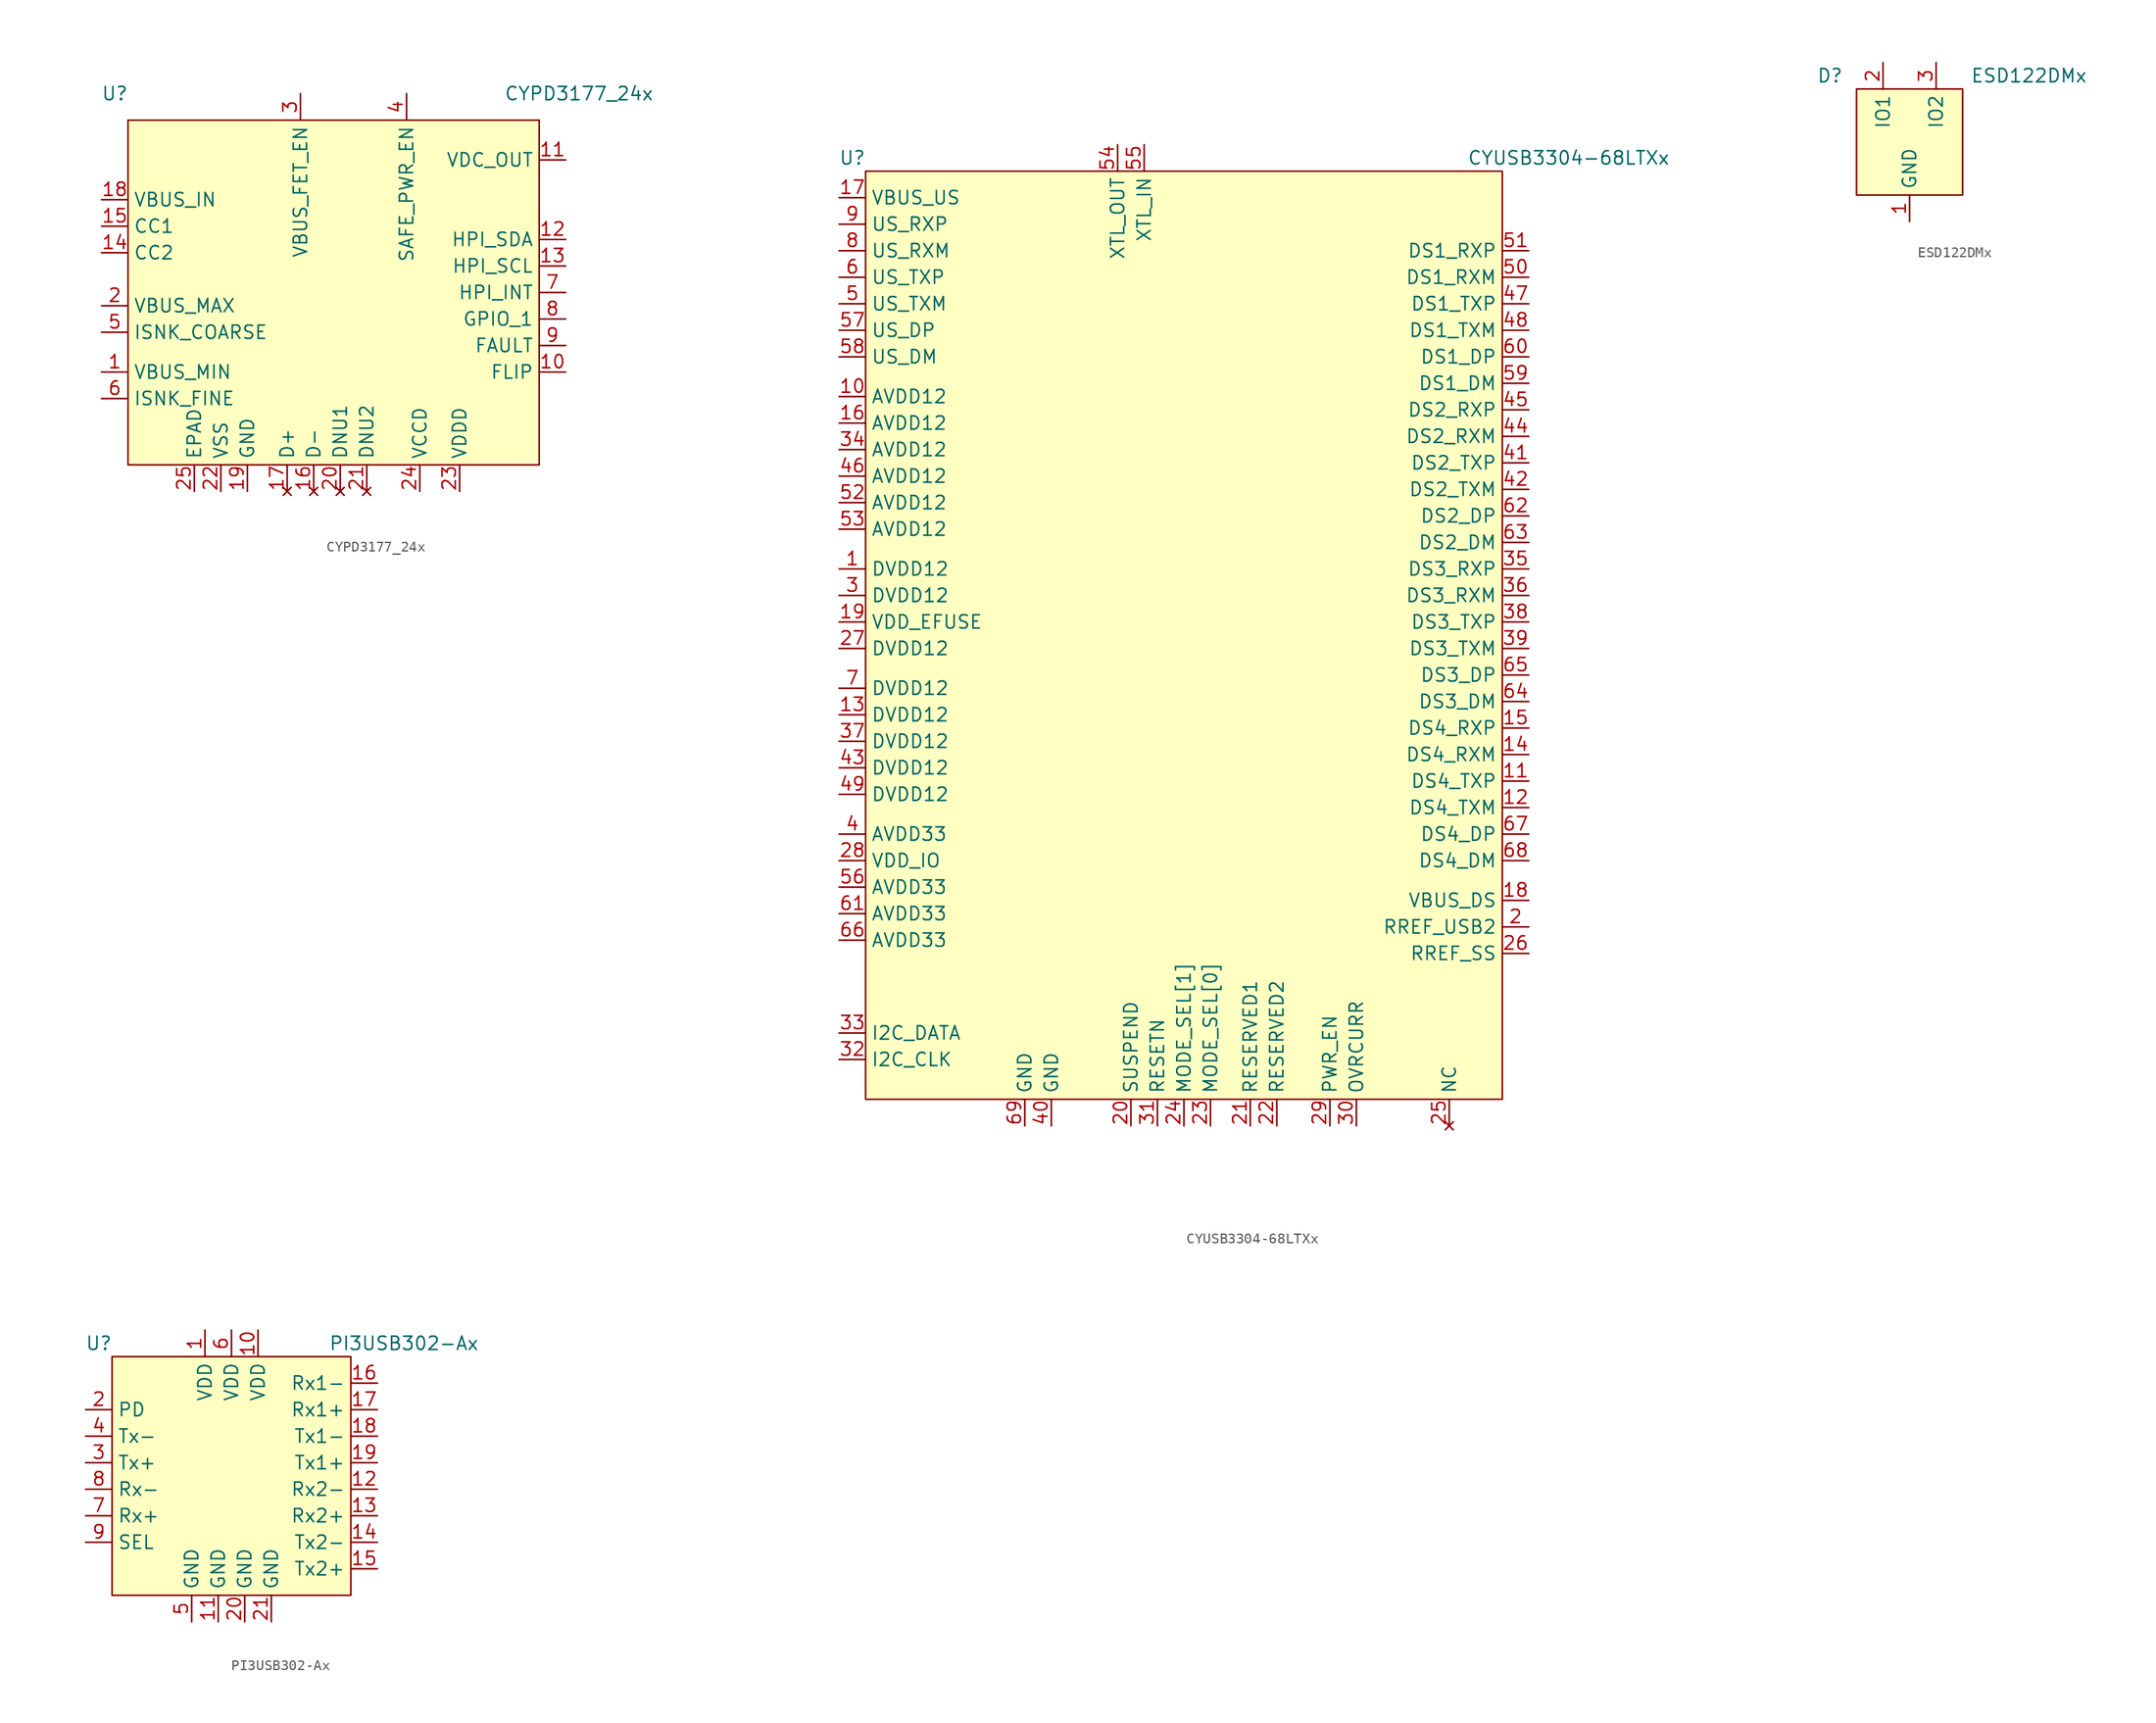
<source format=kicad_sym>
(kicad_symbol_lib
  (version 20220914)
  (generator kicad_symbol_editor)
  (symbol "CYPD3177_24x"
    (property "Reference" "U"
      (at -24.13 15.24 0)
      (effects (font (size 1.27 1.27))))
    (property "Value" "CYPD3177_24x"
      (at 20.32 15.24 0)
      (effects (font (size 1.27 1.27))))
    (symbol "CYPD3177_24x_1_1"
      (rectangle (start -22.86 12.7) (end 16.51 -20.32) (stroke (width 0) (type default)) (fill (type background)))
      (pin input line (at -25.4 -11.43 0) (length 2.54) (name "VBUS_MIN" (effects (font (size 1.27 1.27)))) (number "1" (effects (font (size 1.27 1.27)))))
      (pin bidirectional line (at 19.05 -11.43 180) (length 2.54) (name "FLIP" (effects (font (size 1.27 1.27)))) (number "10" (effects (font (size 1.27 1.27)))))
      (pin power_out line (at 19.05 8.89 180) (length 2.54) (name "VDC_OUT" (effects (font (size 1.27 1.27)))) (number "11" (effects (font (size 1.27 1.27)))))
      (pin bidirectional line (at 19.05 1.27 180) (length 2.54) (name "HPI_SDA" (effects (font (size 1.27 1.27)))) (number "12" (effects (font (size 1.27 1.27)))))
      (pin input line (at 19.05 -1.27 180) (length 2.54) (name "HPI_SCL" (effects (font (size 1.27 1.27)))) (number "13" (effects (font (size 1.27 1.27)))))
      (pin bidirectional line (at -25.4 0 0) (length 2.54) (name "CC2" (effects (font (size 1.27 1.27)))) (number "14" (effects (font (size 1.27 1.27)))))
      (pin bidirectional line (at -25.4 2.54 0) (length 2.54) (name "CC1" (effects (font (size 1.27 1.27)))) (number "15" (effects (font (size 1.27 1.27)))))
      (pin no_connect line (at -5.08 -22.86 90) (length 2.54) (name "D-" (effects (font (size 1.27 1.27)))) (number "16" (effects (font (size 1.27 1.27)))))
      (pin no_connect line (at -7.62 -22.86 90) (length 2.54) (name "D+" (effects (font (size 1.27 1.27)))) (number "17" (effects (font (size 1.27 1.27)))))
      (pin power_in line (at -25.4 5.08 0) (length 2.54) (name "VBUS_IN" (effects (font (size 1.27 1.27)))) (number "18" (effects (font (size 1.27 1.27)))))
      (pin power_in line (at -11.43 -22.86 90) (length 2.54) (name "GND" (effects (font (size 1.27 1.27)))) (number "19" (effects (font (size 1.27 1.27)))))
      (pin input line (at -25.4 -5.08 0) (length 2.54) (name "VBUS_MAX" (effects (font (size 1.27 1.27)))) (number "2" (effects (font (size 1.27 1.27)))))
      (pin no_connect line (at -2.54 -22.86 90) (length 2.54) (name "DNU1" (effects (font (size 1.27 1.27)))) (number "20" (effects (font (size 1.27 1.27)))))
      (pin no_connect line (at 0 -22.86 90) (length 2.54) (name "DNU2" (effects (font (size 1.27 1.27)))) (number "21" (effects (font (size 1.27 1.27)))))
      (pin power_in line (at -13.97 -22.86 90) (length 2.54) (name "VSS" (effects (font (size 1.27 1.27)))) (number "22" (effects (font (size 1.27 1.27)))))
      (pin power_out line (at 8.89 -22.86 90) (length 2.54) (name "VDDD" (effects (font (size 1.27 1.27)))) (number "23" (effects (font (size 1.27 1.27)))))
      (pin power_out line (at 5.08 -22.86 90) (length 2.54) (name "VCCD" (effects (font (size 1.27 1.27)))) (number "24" (effects (font (size 1.27 1.27)))))
      (pin power_in line (at -16.51 -22.86 90) (length 2.54) (name "EPAD" (effects (font (size 1.27 1.27)))) (number "25" (effects (font (size 1.27 1.27)))))
      (pin output line (at -6.35 15.24 270) (length 2.54) (name "VBUS_FET_EN" (effects (font (size 1.27 1.27)))) (number "3" (effects (font (size 1.27 1.27)))))
      (pin output line (at 3.81 15.24 270) (length 2.54) (name "SAFE_PWR_EN" (effects (font (size 1.27 1.27)))) (number "4" (effects (font (size 1.27 1.27)))))
      (pin input line (at -25.4 -7.62 0) (length 2.54) (name "ISNK_COARSE" (effects (font (size 1.27 1.27)))) (number "5" (effects (font (size 1.27 1.27)))))
      (pin input line (at -25.4 -13.97 0) (length 2.54) (name "ISNK_FINE" (effects (font (size 1.27 1.27)))) (number "6" (effects (font (size 1.27 1.27)))))
      (pin input line (at 19.05 -3.81 180) (length 2.54) (name "HPI_INT" (effects (font (size 1.27 1.27)))) (number "7" (effects (font (size 1.27 1.27)))))
      (pin bidirectional line (at 19.05 -6.35 180) (length 2.54) (name "GPIO_1" (effects (font (size 1.27 1.27)))) (number "8" (effects (font (size 1.27 1.27)))))
      (pin output line (at 19.05 -8.89 180) (length 2.54) (name "FAULT" (effects (font (size 1.27 1.27)))) (number "9" (effects (font (size 1.27 1.27)))))))
  (symbol "CYUSB3304-68LTXx"
    (property "Reference" "U"
      (at -31.75 45.72 0)
      (effects (font (size 1.27 1.27))))
    (property "Value" "CYUSB3304-68LTXx"
      (at 36.83 45.72 0)
      (effects (font (size 1.27 1.27))))
    (symbol "CYUSB3304-68LTXx_1_1"
      (rectangle (start -30.48 44.45) (end 30.48 -44.45) (stroke (width 0) (type default)) (fill (type background)))
      (pin power_in line (at -33.02 6.35 0) (length 2.54) (name "DVDD12" (effects (font (size 1.27 1.27)))) (number "1" (effects (font (size 1.27 1.27)))))
      (pin power_in line (at -33.02 22.86 0) (length 2.54) (name "AVDD12" (effects (font (size 1.27 1.27)))) (number "10" (effects (font (size 1.27 1.27)))))
      (pin output line (at 33.02 -13.97 180) (length 2.54) (name "DS4_TXP" (effects (font (size 1.27 1.27)))) (number "11" (effects (font (size 1.27 1.27)))))
      (pin output line (at 33.02 -16.51 180) (length 2.54) (name "DS4_TXM" (effects (font (size 1.27 1.27)))) (number "12" (effects (font (size 1.27 1.27)))))
      (pin power_in line (at -33.02 -7.62 0) (length 2.54) (name "DVDD12" (effects (font (size 1.27 1.27)))) (number "13" (effects (font (size 1.27 1.27)))))
      (pin input line (at 33.02 -11.43 180) (length 2.54) (name "DS4_RXM" (effects (font (size 1.27 1.27)))) (number "14" (effects (font (size 1.27 1.27)))))
      (pin input line (at 33.02 -8.89 180) (length 2.54) (name "DS4_RXP" (effects (font (size 1.27 1.27)))) (number "15" (effects (font (size 1.27 1.27)))))
      (pin power_in line (at -33.02 20.32 0) (length 2.54) (name "AVDD12" (effects (font (size 1.27 1.27)))) (number "16" (effects (font (size 1.27 1.27)))))
      (pin power_in line (at -33.02 41.91 0) (length 2.54) (name "VBUS_US" (effects (font (size 1.27 1.27)))) (number "17" (effects (font (size 1.27 1.27)))))
      (pin power_in line (at 33.02 -25.4 180) (length 2.54) (name "VBUS_DS" (effects (font (size 1.27 1.27)))) (number "18" (effects (font (size 1.27 1.27)))))
      (pin power_in line (at -33.02 1.27 0) (length 2.54) (name "VDD_EFUSE" (effects (font (size 1.27 1.27)))) (number "19" (effects (font (size 1.27 1.27)))))
      (pin power_out line (at 33.02 -27.94 180) (length 2.54) (name "RREF_USB2" (effects (font (size 1.27 1.27)))) (number "2" (effects (font (size 1.27 1.27)))))
      (pin bidirectional line (at -5.08 -46.99 90) (length 2.54) (name "SUSPEND" (effects (font (size 1.27 1.27)))) (number "20" (effects (font (size 1.27 1.27)))))
      (pin bidirectional line (at 6.35 -46.99 90) (length 2.54) (name "RESERVED1" (effects (font (size 1.27 1.27)))) (number "21" (effects (font (size 1.27 1.27)))))
      (pin input line (at 8.89 -46.99 90) (length 2.54) (name "RESERVED2" (effects (font (size 1.27 1.27)))) (number "22" (effects (font (size 1.27 1.27)))))
      (pin input line (at 2.54 -46.99 90) (length 2.54) (name "MODE_SEL[0]" (effects (font (size 1.27 1.27)))) (number "23" (effects (font (size 1.27 1.27)))))
      (pin input line (at 0 -46.99 90) (length 2.54) (name "MODE_SEL[1]" (effects (font (size 1.27 1.27)))) (number "24" (effects (font (size 1.27 1.27)))))
      (pin no_connect line (at 25.4 -46.99 90) (length 2.54) (name "NC" (effects (font (size 1.27 1.27)))) (number "25" (effects (font (size 1.27 1.27)))))
      (pin passive line (at 33.02 -30.48 180) (length 2.54) (name "RREF_SS" (effects (font (size 1.27 1.27)))) (number "26" (effects (font (size 1.27 1.27)))))
      (pin power_in line (at -33.02 -1.27 0) (length 2.54) (name "DVDD12" (effects (font (size 1.27 1.27)))) (number "27" (effects (font (size 1.27 1.27)))))
      (pin power_in line (at -33.02 -21.59 0) (length 2.54) (name "VDD_IO" (effects (font (size 1.27 1.27)))) (number "28" (effects (font (size 1.27 1.27)))))
      (pin bidirectional line (at 13.97 -46.99 90) (length 2.54) (name "PWR_EN" (effects (font (size 1.27 1.27)))) (number "29" (effects (font (size 1.27 1.27)))))
      (pin power_in line (at -33.02 3.81 0) (length 2.54) (name "DVDD12" (effects (font (size 1.27 1.27)))) (number "3" (effects (font (size 1.27 1.27)))))
      (pin passive line (at 16.51 -46.99 90) (length 2.54) (name "OVRCURR" (effects (font (size 1.27 1.27)))) (number "30" (effects (font (size 1.27 1.27)))))
      (pin input line (at -2.54 -46.99 90) (length 2.54) (name "RESETN" (effects (font (size 1.27 1.27)))) (number "31" (effects (font (size 1.27 1.27)))))
      (pin bidirectional line (at -33.02 -40.64 0) (length 2.54) (name "I2C_CLK" (effects (font (size 1.27 1.27)))) (number "32" (effects (font (size 1.27 1.27)))))
      (pin bidirectional line (at -33.02 -38.1 0) (length 2.54) (name "I2C_DATA" (effects (font (size 1.27 1.27)))) (number "33" (effects (font (size 1.27 1.27)))))
      (pin power_in line (at -33.02 17.78 0) (length 2.54) (name "AVDD12" (effects (font (size 1.27 1.27)))) (number "34" (effects (font (size 1.27 1.27)))))
      (pin input line (at 33.02 6.35 180) (length 2.54) (name "DS3_RXP" (effects (font (size 1.27 1.27)))) (number "35" (effects (font (size 1.27 1.27)))))
      (pin input line (at 33.02 3.81 180) (length 2.54) (name "DS3_RXM" (effects (font (size 1.27 1.27)))) (number "36" (effects (font (size 1.27 1.27)))))
      (pin power_in line (at -33.02 -10.16 0) (length 2.54) (name "DVDD12" (effects (font (size 1.27 1.27)))) (number "37" (effects (font (size 1.27 1.27)))))
      (pin output line (at 33.02 1.27 180) (length 2.54) (name "DS3_TXP" (effects (font (size 1.27 1.27)))) (number "38" (effects (font (size 1.27 1.27)))))
      (pin output line (at 33.02 -1.27 180) (length 2.54) (name "DS3_TXM" (effects (font (size 1.27 1.27)))) (number "39" (effects (font (size 1.27 1.27)))))
      (pin power_in line (at -33.02 -19.05 0) (length 2.54) (name "AVDD33" (effects (font (size 1.27 1.27)))) (number "4" (effects (font (size 1.27 1.27)))))
      (pin power_in line (at -12.7 -46.99 90) (length 2.54) (name "GND" (effects (font (size 1.27 1.27)))) (number "40" (effects (font (size 1.27 1.27)))))
      (pin output line (at 33.02 16.51 180) (length 2.54) (name "DS2_TXP" (effects (font (size 1.27 1.27)))) (number "41" (effects (font (size 1.27 1.27)))))
      (pin output line (at 33.02 13.97 180) (length 2.54) (name "DS2_TXM" (effects (font (size 1.27 1.27)))) (number "42" (effects (font (size 1.27 1.27)))))
      (pin power_in line (at -33.02 -12.7 0) (length 2.54) (name "DVDD12" (effects (font (size 1.27 1.27)))) (number "43" (effects (font (size 1.27 1.27)))))
      (pin input line (at 33.02 19.05 180) (length 2.54) (name "DS2_RXM" (effects (font (size 1.27 1.27)))) (number "44" (effects (font (size 1.27 1.27)))))
      (pin input line (at 33.02 21.59 180) (length 2.54) (name "DS2_RXP" (effects (font (size 1.27 1.27)))) (number "45" (effects (font (size 1.27 1.27)))))
      (pin power_in line (at -33.02 15.24 0) (length 2.54) (name "AVDD12" (effects (font (size 1.27 1.27)))) (number "46" (effects (font (size 1.27 1.27)))))
      (pin output line (at 33.02 31.75 180) (length 2.54) (name "DS1_TXP" (effects (font (size 1.27 1.27)))) (number "47" (effects (font (size 1.27 1.27)))))
      (pin output line (at 33.02 29.21 180) (length 2.54) (name "DS1_TXM" (effects (font (size 1.27 1.27)))) (number "48" (effects (font (size 1.27 1.27)))))
      (pin power_in line (at -33.02 -15.24 0) (length 2.54) (name "DVDD12" (effects (font (size 1.27 1.27)))) (number "49" (effects (font (size 1.27 1.27)))))
      (pin output line (at -33.02 31.75 0) (length 2.54) (name "US_TXM" (effects (font (size 1.27 1.27)))) (number "5" (effects (font (size 1.27 1.27)))))
      (pin input line (at 33.02 34.29 180) (length 2.54) (name "DS1_RXM" (effects (font (size 1.27 1.27)))) (number "50" (effects (font (size 1.27 1.27)))))
      (pin input line (at 33.02 36.83 180) (length 2.54) (name "DS1_RXP" (effects (font (size 1.27 1.27)))) (number "51" (effects (font (size 1.27 1.27)))))
      (pin power_in line (at -33.02 12.7 0) (length 2.54) (name "AVDD12" (effects (font (size 1.27 1.27)))) (number "52" (effects (font (size 1.27 1.27)))))
      (pin power_in line (at -33.02 10.16 0) (length 2.54) (name "AVDD12" (effects (font (size 1.27 1.27)))) (number "53" (effects (font (size 1.27 1.27)))))
      (pin output line (at -6.35 46.99 270) (length 2.54) (name "XTL_OUT" (effects (font (size 1.27 1.27)))) (number "54" (effects (font (size 1.27 1.27)))))
      (pin input line (at -3.81 46.99 270) (length 2.54) (name "XTL_IN" (effects (font (size 1.27 1.27)))) (number "55" (effects (font (size 1.27 1.27)))))
      (pin power_in line (at -33.02 -24.13 0) (length 2.54) (name "AVDD33" (effects (font (size 1.27 1.27)))) (number "56" (effects (font (size 1.27 1.27)))))
      (pin bidirectional line (at -33.02 29.21 0) (length 2.54) (name "US_DP" (effects (font (size 1.27 1.27)))) (number "57" (effects (font (size 1.27 1.27)))))
      (pin bidirectional line (at -33.02 26.67 0) (length 2.54) (name "US_DM" (effects (font (size 1.27 1.27)))) (number "58" (effects (font (size 1.27 1.27)))))
      (pin bidirectional line (at 33.02 24.13 180) (length 2.54) (name "DS1_DM" (effects (font (size 1.27 1.27)))) (number "59" (effects (font (size 1.27 1.27)))))
      (pin output line (at -33.02 34.29 0) (length 2.54) (name "US_TXP" (effects (font (size 1.27 1.27)))) (number "6" (effects (font (size 1.27 1.27)))))
      (pin bidirectional line (at 33.02 26.67 180) (length 2.54) (name "DS1_DP" (effects (font (size 1.27 1.27)))) (number "60" (effects (font (size 1.27 1.27)))))
      (pin power_in line (at -33.02 -26.67 0) (length 2.54) (name "AVDD33" (effects (font (size 1.27 1.27)))) (number "61" (effects (font (size 1.27 1.27)))))
      (pin bidirectional line (at 33.02 11.43 180) (length 2.54) (name "DS2_DP" (effects (font (size 1.27 1.27)))) (number "62" (effects (font (size 1.27 1.27)))))
      (pin bidirectional line (at 33.02 8.89 180) (length 2.54) (name "DS2_DM" (effects (font (size 1.27 1.27)))) (number "63" (effects (font (size 1.27 1.27)))))
      (pin bidirectional line (at 33.02 -6.35 180) (length 2.54) (name "DS3_DM" (effects (font (size 1.27 1.27)))) (number "64" (effects (font (size 1.27 1.27)))))
      (pin bidirectional line (at 33.02 -3.81 180) (length 2.54) (name "DS3_DP" (effects (font (size 1.27 1.27)))) (number "65" (effects (font (size 1.27 1.27)))))
      (pin power_in line (at -33.02 -29.21 0) (length 2.54) (name "AVDD33" (effects (font (size 1.27 1.27)))) (number "66" (effects (font (size 1.27 1.27)))))
      (pin bidirectional line (at 33.02 -19.05 180) (length 2.54) (name "DS4_DP" (effects (font (size 1.27 1.27)))) (number "67" (effects (font (size 1.27 1.27)))))
      (pin bidirectional line (at 33.02 -21.59 180) (length 2.54) (name "DS4_DM" (effects (font (size 1.27 1.27)))) (number "68" (effects (font (size 1.27 1.27)))))
      (pin power_in line (at -15.24 -46.99 90) (length 2.54) (name "GND" (effects (font (size 1.27 1.27)))) (number "69" (effects (font (size 1.27 1.27)))))
      (pin power_in line (at -33.02 -5.08 0) (length 2.54) (name "DVDD12" (effects (font (size 1.27 1.27)))) (number "7" (effects (font (size 1.27 1.27)))))
      (pin input line (at -33.02 36.83 0) (length 2.54) (name "US_RXM" (effects (font (size 1.27 1.27)))) (number "8" (effects (font (size 1.27 1.27)))))
      (pin input line (at -33.02 39.37 0) (length 2.54) (name "US_RXP" (effects (font (size 1.27 1.27)))) (number "9" (effects (font (size 1.27 1.27)))))))
  (symbol "ESD122DMx"
    (property "Reference" "D"
      (at -7.62 6.35 0)
      (effects (font (size 1.27 1.27))))
    (property "Value" "ESD122DMx"
      (at 11.43 6.35 0)
      (effects (font (size 1.27 1.27))))
    (symbol "ESD122DMx_1_1"
      (rectangle (start -5.08 5.08) (end 5.08 -5.08) (stroke (width 0) (type default)) (fill (type background)))
      (pin power_in line (at 0 -7.62 90) (length 2.54) (name "GND" (effects (font (size 1.27 1.27)))) (number "1" (effects (font (size 1.27 1.27)))))
      (pin bidirectional line (at -2.54 7.62 270) (length 2.54) (name "IO1" (effects (font (size 1.27 1.27)))) (number "2" (effects (font (size 1.27 1.27)))))
      (pin bidirectional line (at 2.54 7.62 270) (length 2.54) (name "IO2" (effects (font (size 1.27 1.27)))) (number "3" (effects (font (size 1.27 1.27)))))))
  (symbol "PI3USB302-Ax"
    (property "Reference" "U"
      (at -12.7 12.7 0)
      (effects (font (size 1.27 1.27))))
    (property "Value" "PI3USB302-Ax"
      (at 16.51 12.7 0)
      (effects (font (size 1.27 1.27))))
    (symbol "PI3USB302-Ax_1_1"
      (rectangle (start -11.43 11.43) (end 11.43 -11.43) (stroke (width 0) (type default)) (fill (type background)))
      (pin power_in line (at -2.54 13.97 270) (length 2.54) (name "VDD" (effects (font (size 1.27 1.27)))) (number "1" (effects (font (size 1.27 1.27)))))
      (pin power_in line (at 2.54 13.97 270) (length 2.54) (name "VDD" (effects (font (size 1.27 1.27)))) (number "10" (effects (font (size 1.27 1.27)))))
      (pin power_in line (at -1.27 -13.97 90) (length 2.54) (name "GND" (effects (font (size 1.27 1.27)))) (number "11" (effects (font (size 1.27 1.27)))))
      (pin bidirectional line (at 13.97 -1.27 180) (length 2.54) (name "Rx2-" (effects (font (size 1.27 1.27)))) (number "12" (effects (font (size 1.27 1.27)))))
      (pin bidirectional line (at 13.97 -3.81 180) (length 2.54) (name "Rx2+" (effects (font (size 1.27 1.27)))) (number "13" (effects (font (size 1.27 1.27)))))
      (pin bidirectional line (at 13.97 -6.35 180) (length 2.54) (name "Tx2-" (effects (font (size 1.27 1.27)))) (number "14" (effects (font (size 1.27 1.27)))))
      (pin bidirectional line (at 13.97 -8.89 180) (length 2.54) (name "Tx2+" (effects (font (size 1.27 1.27)))) (number "15" (effects (font (size 1.27 1.27)))))
      (pin bidirectional line (at 13.97 8.89 180) (length 2.54) (name "Rx1-" (effects (font (size 1.27 1.27)))) (number "16" (effects (font (size 1.27 1.27)))))
      (pin bidirectional line (at 13.97 6.35 180) (length 2.54) (name "Rx1+" (effects (font (size 1.27 1.27)))) (number "17" (effects (font (size 1.27 1.27)))))
      (pin bidirectional line (at 13.97 3.81 180) (length 2.54) (name "Tx1-" (effects (font (size 1.27 1.27)))) (number "18" (effects (font (size 1.27 1.27)))))
      (pin bidirectional line (at 13.97 1.27 180) (length 2.54) (name "Tx1+" (effects (font (size 1.27 1.27)))) (number "19" (effects (font (size 1.27 1.27)))))
      (pin input line (at -13.97 6.35 0) (length 2.54) (name "PD" (effects (font (size 1.27 1.27)))) (number "2" (effects (font (size 1.27 1.27)))))
      (pin power_in line (at 1.27 -13.97 90) (length 2.54) (name "GND" (effects (font (size 1.27 1.27)))) (number "20" (effects (font (size 1.27 1.27)))))
      (pin power_in line (at 3.81 -13.97 90) (length 2.54) (name "GND" (effects (font (size 1.27 1.27)))) (number "21" (effects (font (size 1.27 1.27)))))
      (pin bidirectional line (at -13.97 1.27 0) (length 2.54) (name "Tx+" (effects (font (size 1.27 1.27)))) (number "3" (effects (font (size 1.27 1.27)))))
      (pin bidirectional line (at -13.97 3.81 0) (length 2.54) (name "Tx-" (effects (font (size 1.27 1.27)))) (number "4" (effects (font (size 1.27 1.27)))))
      (pin power_in line (at -3.81 -13.97 90) (length 2.54) (name "GND" (effects (font (size 1.27 1.27)))) (number "5" (effects (font (size 1.27 1.27)))))
      (pin power_in line (at 0 13.97 270) (length 2.54) (name "VDD" (effects (font (size 1.27 1.27)))) (number "6" (effects (font (size 1.27 1.27)))))
      (pin bidirectional line (at -13.97 -3.81 0) (length 2.54) (name "Rx+" (effects (font (size 1.27 1.27)))) (number "7" (effects (font (size 1.27 1.27)))))
      (pin bidirectional line (at -13.97 -1.27 0) (length 2.54) (name "Rx-" (effects (font (size 1.27 1.27)))) (number "8" (effects (font (size 1.27 1.27)))))
      (pin input line (at -13.97 -6.35 0) (length 2.54) (name "SEL" (effects (font (size 1.27 1.27)))) (number "9" (effects (font (size 1.27 1.27))))))))
</source>
